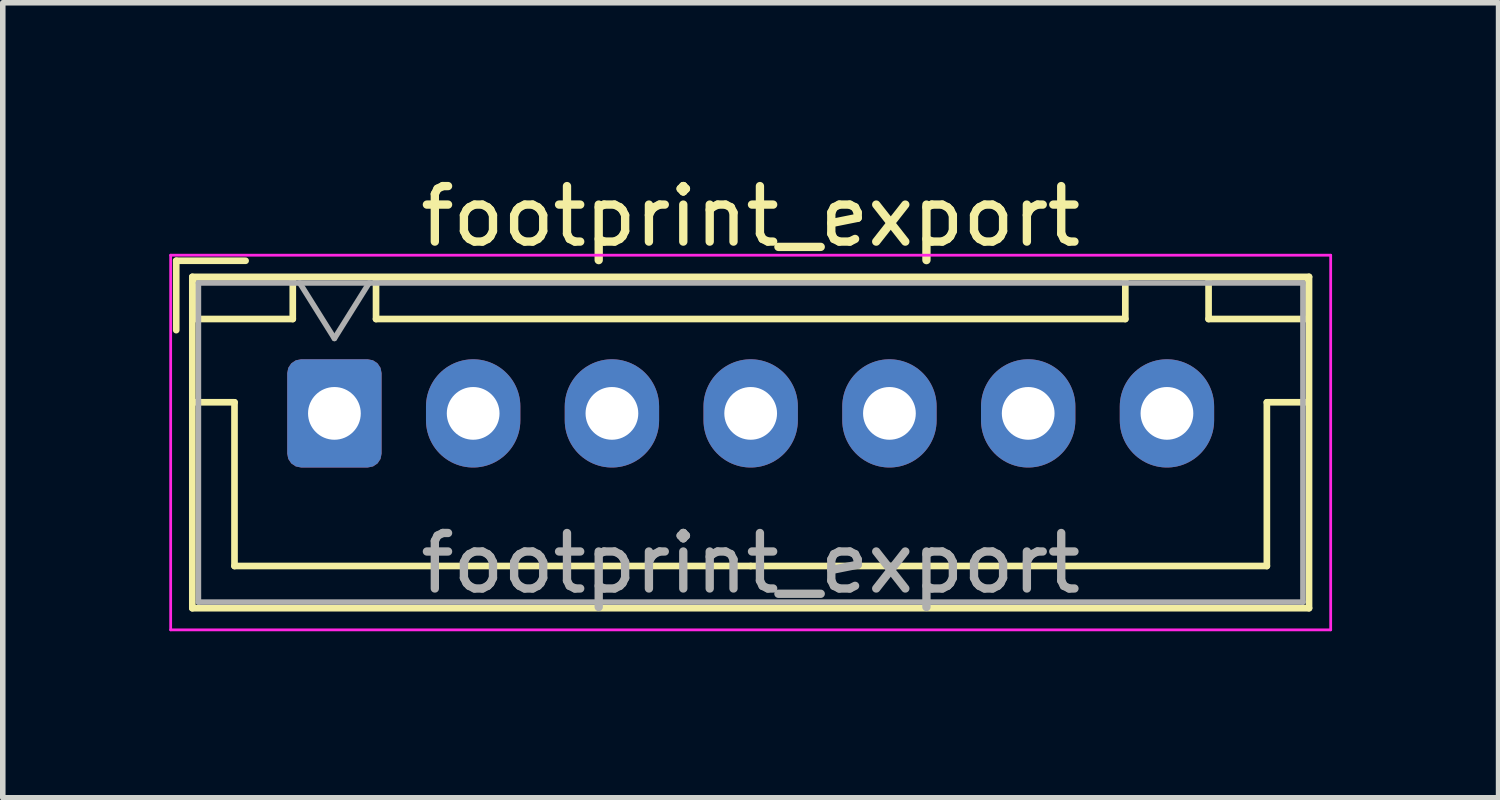
<source format=kicad_pcb>
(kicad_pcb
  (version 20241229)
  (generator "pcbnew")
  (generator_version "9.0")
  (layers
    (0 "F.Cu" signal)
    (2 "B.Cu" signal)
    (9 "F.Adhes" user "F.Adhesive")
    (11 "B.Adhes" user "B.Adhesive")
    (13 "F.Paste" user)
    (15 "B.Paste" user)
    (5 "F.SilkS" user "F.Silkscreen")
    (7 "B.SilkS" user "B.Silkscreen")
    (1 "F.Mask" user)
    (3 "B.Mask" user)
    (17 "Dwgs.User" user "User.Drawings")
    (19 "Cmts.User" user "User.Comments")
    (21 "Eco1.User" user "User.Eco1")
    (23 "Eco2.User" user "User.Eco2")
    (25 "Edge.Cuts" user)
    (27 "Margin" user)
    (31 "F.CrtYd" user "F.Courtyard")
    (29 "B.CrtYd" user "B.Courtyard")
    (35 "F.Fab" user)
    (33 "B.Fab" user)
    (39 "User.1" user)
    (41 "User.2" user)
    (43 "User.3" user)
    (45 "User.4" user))
  (footprint "footprint_export"
    (layer "F.Cu")
    (at 2.975 4.398)
    (property "Reference" "footprint_export" (at 7.5 -3.55 0) (layer "F.SilkS") (effects (font (size 1 1) (thickness 0.15))))
    (attr through_hole)
    (fp_line (start -2.85 -2.75) (end -2.85 -1.5) (stroke (width 0.12) (type solid)) (layer "F.SilkS"))
    (fp_line (start -2.56 -2.46) (end -2.56 3.51) (stroke (width 0.12) (type solid)) (layer "F.SilkS"))
    (fp_line (start -2.56 3.51) (end 17.56 3.51) (stroke (width 0.12) (type solid)) (layer "F.SilkS"))
    (fp_line (start -2.55 -2.45) (end -2.55 -1.7) (stroke (width 0.12) (type solid)) (layer "F.SilkS"))
    (fp_line (start -2.55 -1.7) (end -0.75 -1.7) (stroke (width 0.12) (type solid)) (layer "F.SilkS"))
    (fp_line (start -2.55 -0.2) (end -1.8 -0.2) (stroke (width 0.12) (type solid)) (layer "F.SilkS"))
    (fp_line (start -1.8 -0.2) (end -1.8 2.75) (stroke (width 0.12) (type solid)) (layer "F.SilkS"))
    (fp_line (start -1.8 2.75) (end 7.5 2.75) (stroke (width 0.12) (type solid)) (layer "F.SilkS"))
    (fp_line (start -1.6 -2.75) (end -2.85 -2.75) (stroke (width 0.12) (type solid)) (layer "F.SilkS"))
    (fp_line (start -0.75 -2.45) (end -2.55 -2.45) (stroke (width 0.12) (type solid)) (layer "F.SilkS"))
    (fp_line (start -0.75 -1.7) (end -0.75 -2.45) (stroke (width 0.12) (type solid)) (layer "F.SilkS"))
    (fp_line (start 0.75 -2.45) (end 0.75 -1.7) (stroke (width 0.12) (type solid)) (layer "F.SilkS"))
    (fp_line (start 0.75 -1.7) (end 14.25 -1.7) (stroke (width 0.12) (type solid)) (layer "F.SilkS"))
    (fp_line (start 14.25 -2.45) (end 0.75 -2.45) (stroke (width 0.12) (type solid)) (layer "F.SilkS"))
    (fp_line (start 14.25 -1.7) (end 14.25 -2.45) (stroke (width 0.12) (type solid)) (layer "F.SilkS"))
    (fp_line (start 15.75 -2.45) (end 15.75 -1.7) (stroke (width 0.12) (type solid)) (layer "F.SilkS"))
    (fp_line (start 15.75 -1.7) (end 17.55 -1.7) (stroke (width 0.12) (type solid)) (layer "F.SilkS"))
    (fp_line (start 16.8 -0.2) (end 16.8 2.75) (stroke (width 0.12) (type solid)) (layer "F.SilkS"))
    (fp_line (start 16.8 2.75) (end 7.5 2.75) (stroke (width 0.12) (type solid)) (layer "F.SilkS"))
    (fp_line (start 17.55 -2.45) (end 15.75 -2.45) (stroke (width 0.12) (type solid)) (layer "F.SilkS"))
    (fp_line (start 17.55 -1.7) (end 17.55 -2.45) (stroke (width 0.12) (type solid)) (layer "F.SilkS"))
    (fp_line (start 17.55 -0.2) (end 16.8 -0.2) (stroke (width 0.12) (type solid)) (layer "F.SilkS"))
    (fp_line (start 17.56 -2.46) (end -2.56 -2.46) (stroke (width 0.12) (type solid)) (layer "F.SilkS"))
    (fp_line (start 17.56 3.51) (end 17.56 -2.46) (stroke (width 0.12) (type solid)) (layer "F.SilkS"))
    (fp_line (start -2.95 -2.85) (end -2.95 3.9) (stroke (width 0.05) (type solid)) (layer "F.CrtYd"))
    (fp_line (start -2.95 3.9) (end 17.95 3.9) (stroke (width 0.05) (type solid)) (layer "F.CrtYd"))
    (fp_line (start 17.95 -2.85) (end -2.95 -2.85) (stroke (width 0.05) (type solid)) (layer "F.CrtYd"))
    (fp_line (start 17.95 3.9) (end 17.95 -2.85) (stroke (width 0.05) (type solid)) (layer "F.CrtYd"))
    (fp_line (start -2.45 -2.35) (end -2.45 3.4) (stroke (width 0.1) (type solid)) (layer "F.Fab"))
    (fp_line (start -2.45 3.4) (end 17.45 3.4) (stroke (width 0.1) (type solid)) (layer "F.Fab"))
    (fp_line (start -0.625 -2.35) (end 0 -1.35) (stroke (width 0.1) (type solid)) (layer "F.Fab"))
    (fp_line (start 0 -1.35) (end 0.625 -2.35) (stroke (width 0.1) (type solid)) (layer "F.Fab"))
    (fp_line (start 17.45 -2.35) (end -2.45 -2.35) (stroke (width 0.1) (type solid)) (layer "F.Fab"))
    (fp_line (start 17.45 3.4) (end 17.45 -2.35) (stroke (width 0.1) (type solid)) (layer "F.Fab"))
    (fp_text user "${REFERENCE}" (at 7.5 2.7 0) (layer "F.Fab") (effects (font (size 1 1) (thickness 0.15))))
    (pad "1" thru_hole roundrect (at 0 0) (size 1.7 1.95) (drill 0.95) (layers "*.Cu" "*.Mask") (roundrect_rratio 0.147))
    (pad "2" thru_hole oval (at 2.5 0) (size 1.7 1.95) (drill 0.95) (layers "*.Cu" "*.Mask"))
    (pad "3" thru_hole oval (at 5 0) (size 1.7 1.95) (drill 0.95) (layers "*.Cu" "*.Mask"))
    (pad "4" thru_hole oval (at 7.5 0) (size 1.7 1.95) (drill 0.95) (layers "*.Cu" "*.Mask"))
    (pad "5" thru_hole oval (at 10 0) (size 1.7 1.95) (drill 0.95) (layers "*.Cu" "*.Mask"))
    (pad "6" thru_hole oval (at 12.5 0) (size 1.7 1.95) (drill 0.95) (layers "*.Cu" "*.Mask"))
    (pad "7" thru_hole oval (at 15 0) (size 1.7 1.95) (drill 0.95) (layers "*.Cu" "*.Mask")))
  (gr_rect
    (start -3 -3)
    (end 23.95 11.323)
    (stroke (width 0.1) (type default))
    (fill no)
    (layer "Edge.Cuts")))
</source>
